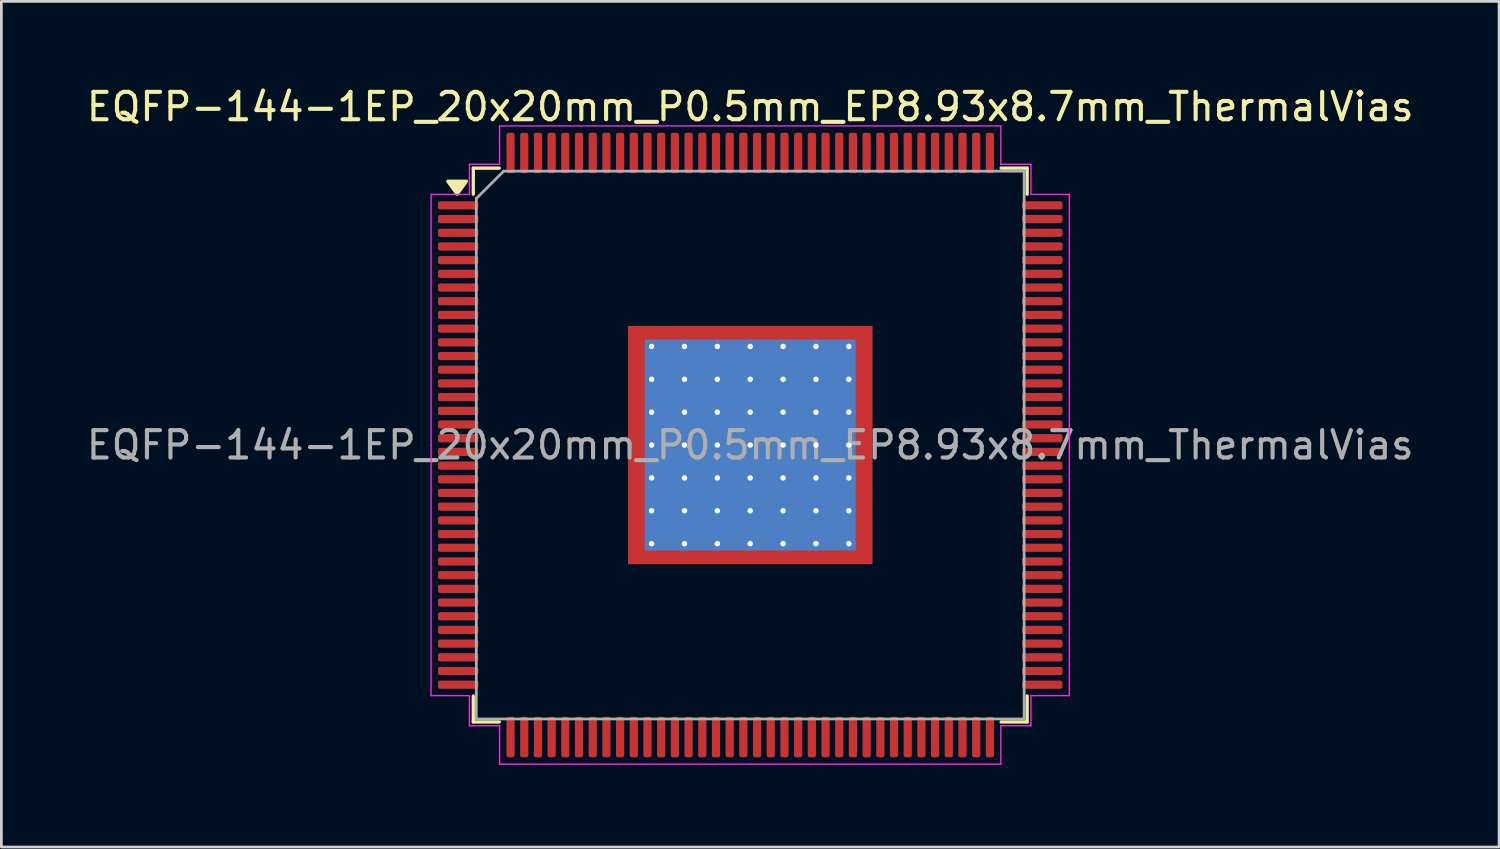
<source format=kicad_pcb>
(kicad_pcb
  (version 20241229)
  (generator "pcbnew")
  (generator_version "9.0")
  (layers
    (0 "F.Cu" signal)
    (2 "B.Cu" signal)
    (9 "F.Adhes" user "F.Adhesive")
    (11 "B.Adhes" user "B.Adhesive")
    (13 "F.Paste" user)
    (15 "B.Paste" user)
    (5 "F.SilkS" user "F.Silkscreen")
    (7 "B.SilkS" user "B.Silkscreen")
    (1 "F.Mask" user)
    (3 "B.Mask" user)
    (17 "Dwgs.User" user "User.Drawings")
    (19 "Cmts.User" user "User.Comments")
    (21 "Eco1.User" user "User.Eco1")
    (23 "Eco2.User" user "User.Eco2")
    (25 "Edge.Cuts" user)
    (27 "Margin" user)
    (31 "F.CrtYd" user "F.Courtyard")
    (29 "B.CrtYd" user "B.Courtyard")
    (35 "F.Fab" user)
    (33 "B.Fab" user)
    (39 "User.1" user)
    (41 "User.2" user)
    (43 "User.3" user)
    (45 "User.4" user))
  (footprint "EQFP-144-1EP_20x20mm_P0.5mm_EP8.93x8.7mm_ThermalVias"
    (layer "F.Cu")
    (at 24.339 13.198)
    (property "Reference" "EQFP-144-1EP_20x20mm_P0.5mm_EP8.93x8.7mm_ThermalVias" (at 0 -12.35 0) (layer "F.SilkS") (effects (font (size 1 1) (thickness 0.15))))
    (attr smd)
    (fp_line (start -10.11 -10.11) (end -10.11 -9.16) (stroke (width 0.12) (type solid)) (layer "F.SilkS"))
    (fp_line (start -10.11 10.11) (end -10.11 9.16) (stroke (width 0.12) (type solid)) (layer "F.SilkS"))
    (fp_line (start -9.16 -10.11) (end -10.11 -10.11) (stroke (width 0.12) (type solid)) (layer "F.SilkS"))
    (fp_line (start -9.16 10.11) (end -10.11 10.11) (stroke (width 0.12) (type solid)) (layer "F.SilkS"))
    (fp_line (start 9.16 -10.11) (end 10.11 -10.11) (stroke (width 0.12) (type solid)) (layer "F.SilkS"))
    (fp_line (start 9.16 10.11) (end 10.11 10.11) (stroke (width 0.12) (type solid)) (layer "F.SilkS"))
    (fp_line (start 10.11 -10.11) (end 10.11 -9.16) (stroke (width 0.12) (type solid)) (layer "F.SilkS"))
    (fp_line (start 10.11 10.11) (end 10.11 9.16) (stroke (width 0.12) (type solid)) (layer "F.SilkS"))
    (fp_poly (pts (xy -10.7 -9.16) (xy -11.04 -9.63) (xy -10.36 -9.63) (xy -10.7 -9.16)) (stroke (width 0.12) (type solid)) (fill yes) (layer "F.SilkS"))
    (fp_line (start -11.65 -9.15) (end -11.65 0) (stroke (width 0.05) (type solid)) (layer "F.CrtYd"))
    (fp_line (start -11.65 9.15) (end -11.65 0) (stroke (width 0.05) (type solid)) (layer "F.CrtYd"))
    (fp_line (start -10.25 -10.25) (end -10.25 -9.15) (stroke (width 0.05) (type solid)) (layer "F.CrtYd"))
    (fp_line (start -10.25 -9.15) (end -11.65 -9.15) (stroke (width 0.05) (type solid)) (layer "F.CrtYd"))
    (fp_line (start -10.25 9.15) (end -11.65 9.15) (stroke (width 0.05) (type solid)) (layer "F.CrtYd"))
    (fp_line (start -10.25 10.25) (end -10.25 9.15) (stroke (width 0.05) (type solid)) (layer "F.CrtYd"))
    (fp_line (start -9.15 -11.65) (end -9.15 -10.25) (stroke (width 0.05) (type solid)) (layer "F.CrtYd"))
    (fp_line (start -9.15 -10.25) (end -10.25 -10.25) (stroke (width 0.05) (type solid)) (layer "F.CrtYd"))
    (fp_line (start -9.15 10.25) (end -10.25 10.25) (stroke (width 0.05) (type solid)) (layer "F.CrtYd"))
    (fp_line (start -9.15 11.65) (end -9.15 10.25) (stroke (width 0.05) (type solid)) (layer "F.CrtYd"))
    (fp_line (start 0 -11.65) (end -9.15 -11.65) (stroke (width 0.05) (type solid)) (layer "F.CrtYd"))
    (fp_line (start 0 -11.65) (end 9.15 -11.65) (stroke (width 0.05) (type solid)) (layer "F.CrtYd"))
    (fp_line (start 0 11.65) (end -9.15 11.65) (stroke (width 0.05) (type solid)) (layer "F.CrtYd"))
    (fp_line (start 0 11.65) (end 9.15 11.65) (stroke (width 0.05) (type solid)) (layer "F.CrtYd"))
    (fp_line (start 9.15 -11.65) (end 9.15 -10.25) (stroke (width 0.05) (type solid)) (layer "F.CrtYd"))
    (fp_line (start 9.15 -10.25) (end 10.25 -10.25) (stroke (width 0.05) (type solid)) (layer "F.CrtYd"))
    (fp_line (start 9.15 10.25) (end 10.25 10.25) (stroke (width 0.05) (type solid)) (layer "F.CrtYd"))
    (fp_line (start 9.15 11.65) (end 9.15 10.25) (stroke (width 0.05) (type solid)) (layer "F.CrtYd"))
    (fp_line (start 10.25 -10.25) (end 10.25 -9.15) (stroke (width 0.05) (type solid)) (layer "F.CrtYd"))
    (fp_line (start 10.25 -9.15) (end 11.65 -9.15) (stroke (width 0.05) (type solid)) (layer "F.CrtYd"))
    (fp_line (start 10.25 9.15) (end 11.65 9.15) (stroke (width 0.05) (type solid)) (layer "F.CrtYd"))
    (fp_line (start 10.25 10.25) (end 10.25 9.15) (stroke (width 0.05) (type solid)) (layer "F.CrtYd"))
    (fp_line (start 11.65 -9.15) (end 11.65 0) (stroke (width 0.05) (type solid)) (layer "F.CrtYd"))
    (fp_line (start 11.65 9.15) (end 11.65 0) (stroke (width 0.05) (type solid)) (layer "F.CrtYd"))
    (fp_line (start -10 -9) (end -9 -10) (stroke (width 0.1) (type solid)) (layer "F.Fab"))
    (fp_line (start -10 10) (end -10 -9) (stroke (width 0.1) (type solid)) (layer "F.Fab"))
    (fp_line (start -9 -10) (end 10 -10) (stroke (width 0.1) (type solid)) (layer "F.Fab"))
    (fp_line (start 10 -10) (end 10 10) (stroke (width 0.1) (type solid)) (layer "F.Fab"))
    (fp_line (start 10 10) (end -10 10) (stroke (width 0.1) (type solid)) (layer "F.Fab"))
    (fp_text user "${REFERENCE}" (at 0 0 0) (layer "F.Fab") (effects (font (size 1 1) (thickness 0.15))))
    (pad "" smd custom (at -4.032 -3.975) (size 0.515 0.515) (layers "F.Paste") (options (anchor circle)) (primitives (gr_poly (pts (xy -0.259 -0.213) (xy 0.259 -0.213) (xy 0.259 0.139) (xy 0.185 0.213) (xy -0.259 0.213)) (width 0.179) (fill yes))))
    (pad "" smd roundrect (at -4.032 -3) (size 0.697 0.967) (layers "F.Paste") (roundrect_rratio 0.25))
    (pad "" smd roundrect (at -4.032 -1.8) (size 0.697 0.967) (layers "F.Paste") (roundrect_rratio 0.25))
    (pad "" smd roundrect (at -4.032 -0.6) (size 0.697 0.967) (layers "F.Paste") (roundrect_rratio 0.25))
    (pad "" smd roundrect (at -4.032 0.6) (size 0.697 0.967) (layers "F.Paste") (roundrect_rratio 0.25))
    (pad "" smd roundrect (at -4.032 1.8) (size 0.697 0.967) (layers "F.Paste") (roundrect_rratio 0.25))
    (pad "" smd roundrect (at -4.032 3) (size 0.697 0.967) (layers "F.Paste") (roundrect_rratio 0.25))
    (pad "" smd custom (at -4.032 3.975) (size 0.515 0.515) (layers "F.Paste") (options (anchor circle)) (primitives (gr_poly (pts (xy -0.259 -0.213) (xy 0.185 -0.213) (xy 0.259 -0.139) (xy 0.259 0.213) (xy -0.259 0.213)) (width 0.179) (fill yes))))
    (pad "" smd custom (at -3 -3.975) (size 0.538 0.538) (layers "F.Paste") (options (anchor circle)) (primitives (gr_poly (pts (xy -0.417 -0.236) (xy 0.417 -0.236) (xy 0.417 0.181) (xy 0.362 0.236) (xy -0.362 0.236) (xy -0.417 0.181)) (width 0.133) (fill yes))))
    (pad "" smd roundrect (at -3 -3) (size 0.967 0.967) (layers "F.Paste") (roundrect_rratio 0.25))
    (pad "" smd roundrect (at -3 -1.8) (size 0.967 0.967) (layers "F.Paste") (roundrect_rratio 0.25))
    (pad "" smd roundrect (at -3 -0.6) (size 0.967 0.967) (layers "F.Paste") (roundrect_rratio 0.25))
    (pad "" smd roundrect (at -3 0.6) (size 0.967 0.967) (layers "F.Paste") (roundrect_rratio 0.25))
    (pad "" smd roundrect (at -3 1.8) (size 0.967 0.967) (layers "F.Paste") (roundrect_rratio 0.25))
    (pad "" smd roundrect (at -3 3) (size 0.967 0.967) (layers "F.Paste") (roundrect_rratio 0.25))
    (pad "" smd custom (at -3 3.975) (size 0.538 0.538) (layers "F.Paste") (options (anchor circle)) (primitives (gr_poly (pts (xy -0.417 -0.181) (xy -0.362 -0.236) (xy 0.362 -0.236) (xy 0.417 -0.181) (xy 0.417 0.236) (xy -0.417 0.236)) (width 0.133) (fill yes))))
    (pad "" smd custom (at -1.8 -3.975) (size 0.538 0.538) (layers "F.Paste") (options (anchor circle)) (primitives (gr_poly (pts (xy -0.417 -0.236) (xy 0.417 -0.236) (xy 0.417 0.181) (xy 0.362 0.236) (xy -0.362 0.236) (xy -0.417 0.181)) (width 0.133) (fill yes))))
    (pad "" smd roundrect (at -1.8 -3) (size 0.967 0.967) (layers "F.Paste") (roundrect_rratio 0.25))
    (pad "" smd roundrect (at -1.8 -1.8) (size 0.967 0.967) (layers "F.Paste") (roundrect_rratio 0.25))
    (pad "" smd roundrect (at -1.8 -0.6) (size 0.967 0.967) (layers "F.Paste") (roundrect_rratio 0.25))
    (pad "" smd roundrect (at -1.8 0.6) (size 0.967 0.967) (layers "F.Paste") (roundrect_rratio 0.25))
    (pad "" smd roundrect (at -1.8 1.8) (size 0.967 0.967) (layers "F.Paste") (roundrect_rratio 0.25))
    (pad "" smd roundrect (at -1.8 3) (size 0.967 0.967) (layers "F.Paste") (roundrect_rratio 0.25))
    (pad "" smd custom (at -1.8 3.975) (size 0.538 0.538) (layers "F.Paste") (options (anchor circle)) (primitives (gr_poly (pts (xy -0.417 -0.181) (xy -0.362 -0.236) (xy 0.362 -0.236) (xy 0.417 -0.181) (xy 0.417 0.236) (xy -0.417 0.236)) (width 0.133) (fill yes))))
    (pad "" smd custom (at -0.6 -3.975) (size 0.538 0.538) (layers "F.Paste") (options (anchor circle)) (primitives (gr_poly (pts (xy -0.417 -0.236) (xy 0.417 -0.236) (xy 0.417 0.181) (xy 0.362 0.236) (xy -0.362 0.236) (xy -0.417 0.181)) (width 0.133) (fill yes))))
    (pad "" smd roundrect (at -0.6 -3) (size 0.967 0.967) (layers "F.Paste") (roundrect_rratio 0.25))
    (pad "" smd roundrect (at -0.6 -1.8) (size 0.967 0.967) (layers "F.Paste") (roundrect_rratio 0.25))
    (pad "" smd roundrect (at -0.6 -0.6) (size 0.967 0.967) (layers "F.Paste") (roundrect_rratio 0.25))
    (pad "" smd roundrect (at -0.6 0.6) (size 0.967 0.967) (layers "F.Paste") (roundrect_rratio 0.25))
    (pad "" smd roundrect (at -0.6 1.8) (size 0.967 0.967) (layers "F.Paste") (roundrect_rratio 0.25))
    (pad "" smd roundrect (at -0.6 3) (size 0.967 0.967) (layers "F.Paste") (roundrect_rratio 0.25))
    (pad "" smd custom (at -0.6 3.975) (size 0.538 0.538) (layers "F.Paste") (options (anchor circle)) (primitives (gr_poly (pts (xy -0.417 -0.181) (xy -0.362 -0.236) (xy 0.362 -0.236) (xy 0.417 -0.181) (xy 0.417 0.236) (xy -0.417 0.236)) (width 0.133) (fill yes))))
    (pad "" smd custom (at 0.6 -3.975) (size 0.538 0.538) (layers "F.Paste") (options (anchor circle)) (primitives (gr_poly (pts (xy -0.417 -0.236) (xy 0.417 -0.236) (xy 0.417 0.181) (xy 0.362 0.236) (xy -0.362 0.236) (xy -0.417 0.181)) (width 0.133) (fill yes))))
    (pad "" smd roundrect (at 0.6 -3) (size 0.967 0.967) (layers "F.Paste") (roundrect_rratio 0.25))
    (pad "" smd roundrect (at 0.6 -1.8) (size 0.967 0.967) (layers "F.Paste") (roundrect_rratio 0.25))
    (pad "" smd roundrect (at 0.6 -0.6) (size 0.967 0.967) (layers "F.Paste") (roundrect_rratio 0.25))
    (pad "" smd roundrect (at 0.6 0.6) (size 0.967 0.967) (layers "F.Paste") (roundrect_rratio 0.25))
    (pad "" smd roundrect (at 0.6 1.8) (size 0.967 0.967) (layers "F.Paste") (roundrect_rratio 0.25))
    (pad "" smd roundrect (at 0.6 3) (size 0.967 0.967) (layers "F.Paste") (roundrect_rratio 0.25))
    (pad "" smd custom (at 0.6 3.975) (size 0.538 0.538) (layers "F.Paste") (options (anchor circle)) (primitives (gr_poly (pts (xy -0.417 -0.181) (xy -0.362 -0.236) (xy 0.362 -0.236) (xy 0.417 -0.181) (xy 0.417 0.236) (xy -0.417 0.236)) (width 0.133) (fill yes))))
    (pad "" smd custom (at 1.8 -3.975) (size 0.538 0.538) (layers "F.Paste") (options (anchor circle)) (primitives (gr_poly (pts (xy -0.417 -0.236) (xy 0.417 -0.236) (xy 0.417 0.181) (xy 0.362 0.236) (xy -0.362 0.236) (xy -0.417 0.181)) (width 0.133) (fill yes))))
    (pad "" smd roundrect (at 1.8 -3) (size 0.967 0.967) (layers "F.Paste") (roundrect_rratio 0.25))
    (pad "" smd roundrect (at 1.8 -1.8) (size 0.967 0.967) (layers "F.Paste") (roundrect_rratio 0.25))
    (pad "" smd roundrect (at 1.8 -0.6) (size 0.967 0.967) (layers "F.Paste") (roundrect_rratio 0.25))
    (pad "" smd roundrect (at 1.8 0.6) (size 0.967 0.967) (layers "F.Paste") (roundrect_rratio 0.25))
    (pad "" smd roundrect (at 1.8 1.8) (size 0.967 0.967) (layers "F.Paste") (roundrect_rratio 0.25))
    (pad "" smd roundrect (at 1.8 3) (size 0.967 0.967) (layers "F.Paste") (roundrect_rratio 0.25))
    (pad "" smd custom (at 1.8 3.975) (size 0.538 0.538) (layers "F.Paste") (options (anchor circle)) (primitives (gr_poly (pts (xy -0.417 -0.181) (xy -0.362 -0.236) (xy 0.362 -0.236) (xy 0.417 -0.181) (xy 0.417 0.236) (xy -0.417 0.236)) (width 0.133) (fill yes))))
    (pad "" smd custom (at 3 -3.975) (size 0.538 0.538) (layers "F.Paste") (options (anchor circle)) (primitives (gr_poly (pts (xy -0.417 -0.236) (xy 0.417 -0.236) (xy 0.417 0.181) (xy 0.362 0.236) (xy -0.362 0.236) (xy -0.417 0.181)) (width 0.133) (fill yes))))
    (pad "" smd roundrect (at 3 -3) (size 0.967 0.967) (layers "F.Paste") (roundrect_rratio 0.25))
    (pad "" smd roundrect (at 3 -1.8) (size 0.967 0.967) (layers "F.Paste") (roundrect_rratio 0.25))
    (pad "" smd roundrect (at 3 -0.6) (size 0.967 0.967) (layers "F.Paste") (roundrect_rratio 0.25))
    (pad "" smd roundrect (at 3 0.6) (size 0.967 0.967) (layers "F.Paste") (roundrect_rratio 0.25))
    (pad "" smd roundrect (at 3 1.8) (size 0.967 0.967) (layers "F.Paste") (roundrect_rratio 0.25))
    (pad "" smd roundrect (at 3 3) (size 0.967 0.967) (layers "F.Paste") (roundrect_rratio 0.25))
    (pad "" smd custom (at 3 3.975) (size 0.538 0.538) (layers "F.Paste") (options (anchor circle)) (primitives (gr_poly (pts (xy -0.417 -0.181) (xy -0.362 -0.236) (xy 0.362 -0.236) (xy 0.417 -0.181) (xy 0.417 0.236) (xy -0.417 0.236)) (width 0.133) (fill yes))))
    (pad "" smd custom (at 4.032 -3.975) (size 0.515 0.515) (layers "F.Paste") (options (anchor circle)) (primitives (gr_poly (pts (xy -0.259 -0.213) (xy 0.259 -0.213) (xy 0.259 0.213) (xy -0.185 0.213) (xy -0.259 0.139)) (width 0.179) (fill yes))))
    (pad "" smd roundrect (at 4.032 -3) (size 0.697 0.967) (layers "F.Paste") (roundrect_rratio 0.25))
    (pad "" smd roundrect (at 4.032 -1.8) (size 0.697 0.967) (layers "F.Paste") (roundrect_rratio 0.25))
    (pad "" smd roundrect (at 4.032 -0.6) (size 0.697 0.967) (layers "F.Paste") (roundrect_rratio 0.25))
    (pad "" smd roundrect (at 4.032 0.6) (size 0.697 0.967) (layers "F.Paste") (roundrect_rratio 0.25))
    (pad "" smd roundrect (at 4.032 1.8) (size 0.697 0.967) (layers "F.Paste") (roundrect_rratio 0.25))
    (pad "" smd roundrect (at 4.032 3) (size 0.697 0.967) (layers "F.Paste") (roundrect_rratio 0.25))
    (pad "" smd custom (at 4.032 3.975) (size 0.515 0.515) (layers "F.Paste") (options (anchor circle)) (primitives (gr_poly (pts (xy -0.259 -0.139) (xy -0.185 -0.213) (xy 0.259 -0.213) (xy 0.259 0.213) (xy -0.259 0.213)) (width 0.179) (fill yes))))
    (pad "1" smd roundrect (at -10.662 -8.75) (size 1.475 0.3) (layers "F.Cu" "F.Mask" "F.Paste") (roundrect_rratio 0.25))
    (pad "2" smd roundrect (at -10.662 -8.25) (size 1.475 0.3) (layers "F.Cu" "F.Mask" "F.Paste") (roundrect_rratio 0.25))
    (pad "3" smd roundrect (at -10.662 -7.75) (size 1.475 0.3) (layers "F.Cu" "F.Mask" "F.Paste") (roundrect_rratio 0.25))
    (pad "4" smd roundrect (at -10.662 -7.25) (size 1.475 0.3) (layers "F.Cu" "F.Mask" "F.Paste") (roundrect_rratio 0.25))
    (pad "5" smd roundrect (at -10.662 -6.75) (size 1.475 0.3) (layers "F.Cu" "F.Mask" "F.Paste") (roundrect_rratio 0.25))
    (pad "6" smd roundrect (at -10.662 -6.25) (size 1.475 0.3) (layers "F.Cu" "F.Mask" "F.Paste") (roundrect_rratio 0.25))
    (pad "7" smd roundrect (at -10.662 -5.75) (size 1.475 0.3) (layers "F.Cu" "F.Mask" "F.Paste") (roundrect_rratio 0.25))
    (pad "8" smd roundrect (at -10.662 -5.25) (size 1.475 0.3) (layers "F.Cu" "F.Mask" "F.Paste") (roundrect_rratio 0.25))
    (pad "9" smd roundrect (at -10.662 -4.75) (size 1.475 0.3) (layers "F.Cu" "F.Mask" "F.Paste") (roundrect_rratio 0.25))
    (pad "10" smd roundrect (at -10.662 -4.25) (size 1.475 0.3) (layers "F.Cu" "F.Mask" "F.Paste") (roundrect_rratio 0.25))
    (pad "11" smd roundrect (at -10.662 -3.75) (size 1.475 0.3) (layers "F.Cu" "F.Mask" "F.Paste") (roundrect_rratio 0.25))
    (pad "12" smd roundrect (at -10.662 -3.25) (size 1.475 0.3) (layers "F.Cu" "F.Mask" "F.Paste") (roundrect_rratio 0.25))
    (pad "13" smd roundrect (at -10.662 -2.75) (size 1.475 0.3) (layers "F.Cu" "F.Mask" "F.Paste") (roundrect_rratio 0.25))
    (pad "14" smd roundrect (at -10.662 -2.25) (size 1.475 0.3) (layers "F.Cu" "F.Mask" "F.Paste") (roundrect_rratio 0.25))
    (pad "15" smd roundrect (at -10.662 -1.75) (size 1.475 0.3) (layers "F.Cu" "F.Mask" "F.Paste") (roundrect_rratio 0.25))
    (pad "16" smd roundrect (at -10.662 -1.25) (size 1.475 0.3) (layers "F.Cu" "F.Mask" "F.Paste") (roundrect_rratio 0.25))
    (pad "17" smd roundrect (at -10.662 -0.75) (size 1.475 0.3) (layers "F.Cu" "F.Mask" "F.Paste") (roundrect_rratio 0.25))
    (pad "18" smd roundrect (at -10.662 -0.25) (size 1.475 0.3) (layers "F.Cu" "F.Mask" "F.Paste") (roundrect_rratio 0.25))
    (pad "19" smd roundrect (at -10.662 0.25) (size 1.475 0.3) (layers "F.Cu" "F.Mask" "F.Paste") (roundrect_rratio 0.25))
    (pad "20" smd roundrect (at -10.662 0.75) (size 1.475 0.3) (layers "F.Cu" "F.Mask" "F.Paste") (roundrect_rratio 0.25))
    (pad "21" smd roundrect (at -10.662 1.25) (size 1.475 0.3) (layers "F.Cu" "F.Mask" "F.Paste") (roundrect_rratio 0.25))
    (pad "22" smd roundrect (at -10.662 1.75) (size 1.475 0.3) (layers "F.Cu" "F.Mask" "F.Paste") (roundrect_rratio 0.25))
    (pad "23" smd roundrect (at -10.662 2.25) (size 1.475 0.3) (layers "F.Cu" "F.Mask" "F.Paste") (roundrect_rratio 0.25))
    (pad "24" smd roundrect (at -10.662 2.75) (size 1.475 0.3) (layers "F.Cu" "F.Mask" "F.Paste") (roundrect_rratio 0.25))
    (pad "25" smd roundrect (at -10.662 3.25) (size 1.475 0.3) (layers "F.Cu" "F.Mask" "F.Paste") (roundrect_rratio 0.25))
    (pad "26" smd roundrect (at -10.662 3.75) (size 1.475 0.3) (layers "F.Cu" "F.Mask" "F.Paste") (roundrect_rratio 0.25))
    (pad "27" smd roundrect (at -10.662 4.25) (size 1.475 0.3) (layers "F.Cu" "F.Mask" "F.Paste") (roundrect_rratio 0.25))
    (pad "28" smd roundrect (at -10.662 4.75) (size 1.475 0.3) (layers "F.Cu" "F.Mask" "F.Paste") (roundrect_rratio 0.25))
    (pad "29" smd roundrect (at -10.662 5.25) (size 1.475 0.3) (layers "F.Cu" "F.Mask" "F.Paste") (roundrect_rratio 0.25))
    (pad "30" smd roundrect (at -10.662 5.75) (size 1.475 0.3) (layers "F.Cu" "F.Mask" "F.Paste") (roundrect_rratio 0.25))
    (pad "31" smd roundrect (at -10.662 6.25) (size 1.475 0.3) (layers "F.Cu" "F.Mask" "F.Paste") (roundrect_rratio 0.25))
    (pad "32" smd roundrect (at -10.662 6.75) (size 1.475 0.3) (layers "F.Cu" "F.Mask" "F.Paste") (roundrect_rratio 0.25))
    (pad "33" smd roundrect (at -10.662 7.25) (size 1.475 0.3) (layers "F.Cu" "F.Mask" "F.Paste") (roundrect_rratio 0.25))
    (pad "34" smd roundrect (at -10.662 7.75) (size 1.475 0.3) (layers "F.Cu" "F.Mask" "F.Paste") (roundrect_rratio 0.25))
    (pad "35" smd roundrect (at -10.662 8.25) (size 1.475 0.3) (layers "F.Cu" "F.Mask" "F.Paste") (roundrect_rratio 0.25))
    (pad "36" smd roundrect (at -10.662 8.75) (size 1.475 0.3) (layers "F.Cu" "F.Mask" "F.Paste") (roundrect_rratio 0.25))
    (pad "37" smd roundrect (at -8.75 10.662) (size 0.3 1.475) (layers "F.Cu" "F.Mask" "F.Paste") (roundrect_rratio 0.25))
    (pad "38" smd roundrect (at -8.25 10.662) (size 0.3 1.475) (layers "F.Cu" "F.Mask" "F.Paste") (roundrect_rratio 0.25))
    (pad "39" smd roundrect (at -7.75 10.662) (size 0.3 1.475) (layers "F.Cu" "F.Mask" "F.Paste") (roundrect_rratio 0.25))
    (pad "40" smd roundrect (at -7.25 10.662) (size 0.3 1.475) (layers "F.Cu" "F.Mask" "F.Paste") (roundrect_rratio 0.25))
    (pad "41" smd roundrect (at -6.75 10.662) (size 0.3 1.475) (layers "F.Cu" "F.Mask" "F.Paste") (roundrect_rratio 0.25))
    (pad "42" smd roundrect (at -6.25 10.662) (size 0.3 1.475) (layers "F.Cu" "F.Mask" "F.Paste") (roundrect_rratio 0.25))
    (pad "43" smd roundrect (at -5.75 10.662) (size 0.3 1.475) (layers "F.Cu" "F.Mask" "F.Paste") (roundrect_rratio 0.25))
    (pad "44" smd roundrect (at -5.25 10.662) (size 0.3 1.475) (layers "F.Cu" "F.Mask" "F.Paste") (roundrect_rratio 0.25))
    (pad "45" smd roundrect (at -4.75 10.662) (size 0.3 1.475) (layers "F.Cu" "F.Mask" "F.Paste") (roundrect_rratio 0.25))
    (pad "46" smd roundrect (at -4.25 10.662) (size 0.3 1.475) (layers "F.Cu" "F.Mask" "F.Paste") (roundrect_rratio 0.25))
    (pad "47" smd roundrect (at -3.75 10.662) (size 0.3 1.475) (layers "F.Cu" "F.Mask" "F.Paste") (roundrect_rratio 0.25))
    (pad "48" smd roundrect (at -3.25 10.662) (size 0.3 1.475) (layers "F.Cu" "F.Mask" "F.Paste") (roundrect_rratio 0.25))
    (pad "49" smd roundrect (at -2.75 10.662) (size 0.3 1.475) (layers "F.Cu" "F.Mask" "F.Paste") (roundrect_rratio 0.25))
    (pad "50" smd roundrect (at -2.25 10.662) (size 0.3 1.475) (layers "F.Cu" "F.Mask" "F.Paste") (roundrect_rratio 0.25))
    (pad "51" smd roundrect (at -1.75 10.662) (size 0.3 1.475) (layers "F.Cu" "F.Mask" "F.Paste") (roundrect_rratio 0.25))
    (pad "52" smd roundrect (at -1.25 10.662) (size 0.3 1.475) (layers "F.Cu" "F.Mask" "F.Paste") (roundrect_rratio 0.25))
    (pad "53" smd roundrect (at -0.75 10.662) (size 0.3 1.475) (layers "F.Cu" "F.Mask" "F.Paste") (roundrect_rratio 0.25))
    (pad "54" smd roundrect (at -0.25 10.662) (size 0.3 1.475) (layers "F.Cu" "F.Mask" "F.Paste") (roundrect_rratio 0.25))
    (pad "55" smd roundrect (at 0.25 10.662) (size 0.3 1.475) (layers "F.Cu" "F.Mask" "F.Paste") (roundrect_rratio 0.25))
    (pad "56" smd roundrect (at 0.75 10.662) (size 0.3 1.475) (layers "F.Cu" "F.Mask" "F.Paste") (roundrect_rratio 0.25))
    (pad "57" smd roundrect (at 1.25 10.662) (size 0.3 1.475) (layers "F.Cu" "F.Mask" "F.Paste") (roundrect_rratio 0.25))
    (pad "58" smd roundrect (at 1.75 10.662) (size 0.3 1.475) (layers "F.Cu" "F.Mask" "F.Paste") (roundrect_rratio 0.25))
    (pad "59" smd roundrect (at 2.25 10.662) (size 0.3 1.475) (layers "F.Cu" "F.Mask" "F.Paste") (roundrect_rratio 0.25))
    (pad "60" smd roundrect (at 2.75 10.662) (size 0.3 1.475) (layers "F.Cu" "F.Mask" "F.Paste") (roundrect_rratio 0.25))
    (pad "61" smd roundrect (at 3.25 10.662) (size 0.3 1.475) (layers "F.Cu" "F.Mask" "F.Paste") (roundrect_rratio 0.25))
    (pad "62" smd roundrect (at 3.75 10.662) (size 0.3 1.475) (layers "F.Cu" "F.Mask" "F.Paste") (roundrect_rratio 0.25))
    (pad "63" smd roundrect (at 4.25 10.662) (size 0.3 1.475) (layers "F.Cu" "F.Mask" "F.Paste") (roundrect_rratio 0.25))
    (pad "64" smd roundrect (at 4.75 10.662) (size 0.3 1.475) (layers "F.Cu" "F.Mask" "F.Paste") (roundrect_rratio 0.25))
    (pad "65" smd roundrect (at 5.25 10.662) (size 0.3 1.475) (layers "F.Cu" "F.Mask" "F.Paste") (roundrect_rratio 0.25))
    (pad "66" smd roundrect (at 5.75 10.662) (size 0.3 1.475) (layers "F.Cu" "F.Mask" "F.Paste") (roundrect_rratio 0.25))
    (pad "67" smd roundrect (at 6.25 10.662) (size 0.3 1.475) (layers "F.Cu" "F.Mask" "F.Paste") (roundrect_rratio 0.25))
    (pad "68" smd roundrect (at 6.75 10.662) (size 0.3 1.475) (layers "F.Cu" "F.Mask" "F.Paste") (roundrect_rratio 0.25))
    (pad "69" smd roundrect (at 7.25 10.662) (size 0.3 1.475) (layers "F.Cu" "F.Mask" "F.Paste") (roundrect_rratio 0.25))
    (pad "70" smd roundrect (at 7.75 10.662) (size 0.3 1.475) (layers "F.Cu" "F.Mask" "F.Paste") (roundrect_rratio 0.25))
    (pad "71" smd roundrect (at 8.25 10.662) (size 0.3 1.475) (layers "F.Cu" "F.Mask" "F.Paste") (roundrect_rratio 0.25))
    (pad "72" smd roundrect (at 8.75 10.662) (size 0.3 1.475) (layers "F.Cu" "F.Mask" "F.Paste") (roundrect_rratio 0.25))
    (pad "73" smd roundrect (at 10.662 8.75) (size 1.475 0.3) (layers "F.Cu" "F.Mask" "F.Paste") (roundrect_rratio 0.25))
    (pad "74" smd roundrect (at 10.662 8.25) (size 1.475 0.3) (layers "F.Cu" "F.Mask" "F.Paste") (roundrect_rratio 0.25))
    (pad "75" smd roundrect (at 10.662 7.75) (size 1.475 0.3) (layers "F.Cu" "F.Mask" "F.Paste") (roundrect_rratio 0.25))
    (pad "76" smd roundrect (at 10.662 7.25) (size 1.475 0.3) (layers "F.Cu" "F.Mask" "F.Paste") (roundrect_rratio 0.25))
    (pad "77" smd roundrect (at 10.662 6.75) (size 1.475 0.3) (layers "F.Cu" "F.Mask" "F.Paste") (roundrect_rratio 0.25))
    (pad "78" smd roundrect (at 10.662 6.25) (size 1.475 0.3) (layers "F.Cu" "F.Mask" "F.Paste") (roundrect_rratio 0.25))
    (pad "79" smd roundrect (at 10.662 5.75) (size 1.475 0.3) (layers "F.Cu" "F.Mask" "F.Paste") (roundrect_rratio 0.25))
    (pad "80" smd roundrect (at 10.662 5.25) (size 1.475 0.3) (layers "F.Cu" "F.Mask" "F.Paste") (roundrect_rratio 0.25))
    (pad "81" smd roundrect (at 10.662 4.75) (size 1.475 0.3) (layers "F.Cu" "F.Mask" "F.Paste") (roundrect_rratio 0.25))
    (pad "82" smd roundrect (at 10.662 4.25) (size 1.475 0.3) (layers "F.Cu" "F.Mask" "F.Paste") (roundrect_rratio 0.25))
    (pad "83" smd roundrect (at 10.662 3.75) (size 1.475 0.3) (layers "F.Cu" "F.Mask" "F.Paste") (roundrect_rratio 0.25))
    (pad "84" smd roundrect (at 10.662 3.25) (size 1.475 0.3) (layers "F.Cu" "F.Mask" "F.Paste") (roundrect_rratio 0.25))
    (pad "85" smd roundrect (at 10.662 2.75) (size 1.475 0.3) (layers "F.Cu" "F.Mask" "F.Paste") (roundrect_rratio 0.25))
    (pad "86" smd roundrect (at 10.662 2.25) (size 1.475 0.3) (layers "F.Cu" "F.Mask" "F.Paste") (roundrect_rratio 0.25))
    (pad "87" smd roundrect (at 10.662 1.75) (size 1.475 0.3) (layers "F.Cu" "F.Mask" "F.Paste") (roundrect_rratio 0.25))
    (pad "88" smd roundrect (at 10.662 1.25) (size 1.475 0.3) (layers "F.Cu" "F.Mask" "F.Paste") (roundrect_rratio 0.25))
    (pad "89" smd roundrect (at 10.662 0.75) (size 1.475 0.3) (layers "F.Cu" "F.Mask" "F.Paste") (roundrect_rratio 0.25))
    (pad "90" smd roundrect (at 10.662 0.25) (size 1.475 0.3) (layers "F.Cu" "F.Mask" "F.Paste") (roundrect_rratio 0.25))
    (pad "91" smd roundrect (at 10.662 -0.25) (size 1.475 0.3) (layers "F.Cu" "F.Mask" "F.Paste") (roundrect_rratio 0.25))
    (pad "92" smd roundrect (at 10.662 -0.75) (size 1.475 0.3) (layers "F.Cu" "F.Mask" "F.Paste") (roundrect_rratio 0.25))
    (pad "93" smd roundrect (at 10.662 -1.25) (size 1.475 0.3) (layers "F.Cu" "F.Mask" "F.Paste") (roundrect_rratio 0.25))
    (pad "94" smd roundrect (at 10.662 -1.75) (size 1.475 0.3) (layers "F.Cu" "F.Mask" "F.Paste") (roundrect_rratio 0.25))
    (pad "95" smd roundrect (at 10.662 -2.25) (size 1.475 0.3) (layers "F.Cu" "F.Mask" "F.Paste") (roundrect_rratio 0.25))
    (pad "96" smd roundrect (at 10.662 -2.75) (size 1.475 0.3) (layers "F.Cu" "F.Mask" "F.Paste") (roundrect_rratio 0.25))
    (pad "97" smd roundrect (at 10.662 -3.25) (size 1.475 0.3) (layers "F.Cu" "F.Mask" "F.Paste") (roundrect_rratio 0.25))
    (pad "98" smd roundrect (at 10.662 -3.75) (size 1.475 0.3) (layers "F.Cu" "F.Mask" "F.Paste") (roundrect_rratio 0.25))
    (pad "99" smd roundrect (at 10.662 -4.25) (size 1.475 0.3) (layers "F.Cu" "F.Mask" "F.Paste") (roundrect_rratio 0.25))
    (pad "100" smd roundrect (at 10.662 -4.75) (size 1.475 0.3) (layers "F.Cu" "F.Mask" "F.Paste") (roundrect_rratio 0.25))
    (pad "101" smd roundrect (at 10.662 -5.25) (size 1.475 0.3) (layers "F.Cu" "F.Mask" "F.Paste") (roundrect_rratio 0.25))
    (pad "102" smd roundrect (at 10.662 -5.75) (size 1.475 0.3) (layers "F.Cu" "F.Mask" "F.Paste") (roundrect_rratio 0.25))
    (pad "103" smd roundrect (at 10.662 -6.25) (size 1.475 0.3) (layers "F.Cu" "F.Mask" "F.Paste") (roundrect_rratio 0.25))
    (pad "104" smd roundrect (at 10.662 -6.75) (size 1.475 0.3) (layers "F.Cu" "F.Mask" "F.Paste") (roundrect_rratio 0.25))
    (pad "105" smd roundrect (at 10.662 -7.25) (size 1.475 0.3) (layers "F.Cu" "F.Mask" "F.Paste") (roundrect_rratio 0.25))
    (pad "106" smd roundrect (at 10.662 -7.75) (size 1.475 0.3) (layers "F.Cu" "F.Mask" "F.Paste") (roundrect_rratio 0.25))
    (pad "107" smd roundrect (at 10.662 -8.25) (size 1.475 0.3) (layers "F.Cu" "F.Mask" "F.Paste") (roundrect_rratio 0.25))
    (pad "108" smd roundrect (at 10.662 -8.75) (size 1.475 0.3) (layers "F.Cu" "F.Mask" "F.Paste") (roundrect_rratio 0.25))
    (pad "109" smd roundrect (at 8.75 -10.662) (size 0.3 1.475) (layers "F.Cu" "F.Mask" "F.Paste") (roundrect_rratio 0.25))
    (pad "110" smd roundrect (at 8.25 -10.662) (size 0.3 1.475) (layers "F.Cu" "F.Mask" "F.Paste") (roundrect_rratio 0.25))
    (pad "111" smd roundrect (at 7.75 -10.662) (size 0.3 1.475) (layers "F.Cu" "F.Mask" "F.Paste") (roundrect_rratio 0.25))
    (pad "112" smd roundrect (at 7.25 -10.662) (size 0.3 1.475) (layers "F.Cu" "F.Mask" "F.Paste") (roundrect_rratio 0.25))
    (pad "113" smd roundrect (at 6.75 -10.662) (size 0.3 1.475) (layers "F.Cu" "F.Mask" "F.Paste") (roundrect_rratio 0.25))
    (pad "114" smd roundrect (at 6.25 -10.662) (size 0.3 1.475) (layers "F.Cu" "F.Mask" "F.Paste") (roundrect_rratio 0.25))
    (pad "115" smd roundrect (at 5.75 -10.662) (size 0.3 1.475) (layers "F.Cu" "F.Mask" "F.Paste") (roundrect_rratio 0.25))
    (pad "116" smd roundrect (at 5.25 -10.662) (size 0.3 1.475) (layers "F.Cu" "F.Mask" "F.Paste") (roundrect_rratio 0.25))
    (pad "117" smd roundrect (at 4.75 -10.662) (size 0.3 1.475) (layers "F.Cu" "F.Mask" "F.Paste") (roundrect_rratio 0.25))
    (pad "118" smd roundrect (at 4.25 -10.662) (size 0.3 1.475) (layers "F.Cu" "F.Mask" "F.Paste") (roundrect_rratio 0.25))
    (pad "119" smd roundrect (at 3.75 -10.662) (size 0.3 1.475) (layers "F.Cu" "F.Mask" "F.Paste") (roundrect_rratio 0.25))
    (pad "120" smd roundrect (at 3.25 -10.662) (size 0.3 1.475) (layers "F.Cu" "F.Mask" "F.Paste") (roundrect_rratio 0.25))
    (pad "121" smd roundrect (at 2.75 -10.662) (size 0.3 1.475) (layers "F.Cu" "F.Mask" "F.Paste") (roundrect_rratio 0.25))
    (pad "122" smd roundrect (at 2.25 -10.662) (size 0.3 1.475) (layers "F.Cu" "F.Mask" "F.Paste") (roundrect_rratio 0.25))
    (pad "123" smd roundrect (at 1.75 -10.662) (size 0.3 1.475) (layers "F.Cu" "F.Mask" "F.Paste") (roundrect_rratio 0.25))
    (pad "124" smd roundrect (at 1.25 -10.662) (size 0.3 1.475) (layers "F.Cu" "F.Mask" "F.Paste") (roundrect_rratio 0.25))
    (pad "125" smd roundrect (at 0.75 -10.662) (size 0.3 1.475) (layers "F.Cu" "F.Mask" "F.Paste") (roundrect_rratio 0.25))
    (pad "126" smd roundrect (at 0.25 -10.662) (size 0.3 1.475) (layers "F.Cu" "F.Mask" "F.Paste") (roundrect_rratio 0.25))
    (pad "127" smd roundrect (at -0.25 -10.662) (size 0.3 1.475) (layers "F.Cu" "F.Mask" "F.Paste") (roundrect_rratio 0.25))
    (pad "128" smd roundrect (at -0.75 -10.662) (size 0.3 1.475) (layers "F.Cu" "F.Mask" "F.Paste") (roundrect_rratio 0.25))
    (pad "129" smd roundrect (at -1.25 -10.662) (size 0.3 1.475) (layers "F.Cu" "F.Mask" "F.Paste") (roundrect_rratio 0.25))
    (pad "130" smd roundrect (at -1.75 -10.662) (size 0.3 1.475) (layers "F.Cu" "F.Mask" "F.Paste") (roundrect_rratio 0.25))
    (pad "131" smd roundrect (at -2.25 -10.662) (size 0.3 1.475) (layers "F.Cu" "F.Mask" "F.Paste") (roundrect_rratio 0.25))
    (pad "132" smd roundrect (at -2.75 -10.662) (size 0.3 1.475) (layers "F.Cu" "F.Mask" "F.Paste") (roundrect_rratio 0.25))
    (pad "133" smd roundrect (at -3.25 -10.662) (size 0.3 1.475) (layers "F.Cu" "F.Mask" "F.Paste") (roundrect_rratio 0.25))
    (pad "134" smd roundrect (at -3.75 -10.662) (size 0.3 1.475) (layers "F.Cu" "F.Mask" "F.Paste") (roundrect_rratio 0.25))
    (pad "135" smd roundrect (at -4.25 -10.662) (size 0.3 1.475) (layers "F.Cu" "F.Mask" "F.Paste") (roundrect_rratio 0.25))
    (pad "136" smd roundrect (at -4.75 -10.662) (size 0.3 1.475) (layers "F.Cu" "F.Mask" "F.Paste") (roundrect_rratio 0.25))
    (pad "137" smd roundrect (at -5.25 -10.662) (size 0.3 1.475) (layers "F.Cu" "F.Mask" "F.Paste") (roundrect_rratio 0.25))
    (pad "138" smd roundrect (at -5.75 -10.662) (size 0.3 1.475) (layers "F.Cu" "F.Mask" "F.Paste") (roundrect_rratio 0.25))
    (pad "139" smd roundrect (at -6.25 -10.662) (size 0.3 1.475) (layers "F.Cu" "F.Mask" "F.Paste") (roundrect_rratio 0.25))
    (pad "140" smd roundrect (at -6.75 -10.662) (size 0.3 1.475) (layers "F.Cu" "F.Mask" "F.Paste") (roundrect_rratio 0.25))
    (pad "141" smd roundrect (at -7.25 -10.662) (size 0.3 1.475) (layers "F.Cu" "F.Mask" "F.Paste") (roundrect_rratio 0.25))
    (pad "142" smd roundrect (at -7.75 -10.662) (size 0.3 1.475) (layers "F.Cu" "F.Mask" "F.Paste") (roundrect_rratio 0.25))
    (pad "143" smd roundrect (at -8.25 -10.662) (size 0.3 1.475) (layers "F.Cu" "F.Mask" "F.Paste") (roundrect_rratio 0.25))
    (pad "144" smd roundrect (at -8.75 -10.662) (size 0.3 1.475) (layers "F.Cu" "F.Mask" "F.Paste") (roundrect_rratio 0.25))
    (pad "145" thru_hole circle (at -3.6 -3.6) (size 0.5 0.5) (drill 0.2) (property pad_prop_heatsink) (layers "*.Cu"))
    (pad "145" thru_hole circle (at -3.6 -2.4) (size 0.5 0.5) (drill 0.2) (property pad_prop_heatsink) (layers "*.Cu"))
    (pad "145" thru_hole circle (at -3.6 -1.2) (size 0.5 0.5) (drill 0.2) (property pad_prop_heatsink) (layers "*.Cu"))
    (pad "145" thru_hole circle (at -3.6 0) (size 0.5 0.5) (drill 0.2) (property pad_prop_heatsink) (layers "*.Cu"))
    (pad "145" thru_hole circle (at -3.6 1.2) (size 0.5 0.5) (drill 0.2) (property pad_prop_heatsink) (layers "*.Cu"))
    (pad "145" thru_hole circle (at -3.6 2.4) (size 0.5 0.5) (drill 0.2) (property pad_prop_heatsink) (layers "*.Cu"))
    (pad "145" thru_hole circle (at -3.6 3.6) (size 0.5 0.5) (drill 0.2) (property pad_prop_heatsink) (layers "*.Cu"))
    (pad "145" thru_hole circle (at -2.4 -3.6) (size 0.5 0.5) (drill 0.2) (property pad_prop_heatsink) (layers "*.Cu"))
    (pad "145" thru_hole circle (at -2.4 -2.4) (size 0.5 0.5) (drill 0.2) (property pad_prop_heatsink) (layers "*.Cu"))
    (pad "145" thru_hole circle (at -2.4 -1.2) (size 0.5 0.5) (drill 0.2) (property pad_prop_heatsink) (layers "*.Cu"))
    (pad "145" thru_hole circle (at -2.4 0) (size 0.5 0.5) (drill 0.2) (property pad_prop_heatsink) (layers "*.Cu"))
    (pad "145" thru_hole circle (at -2.4 1.2) (size 0.5 0.5) (drill 0.2) (property pad_prop_heatsink) (layers "*.Cu"))
    (pad "145" thru_hole circle (at -2.4 2.4) (size 0.5 0.5) (drill 0.2) (property pad_prop_heatsink) (layers "*.Cu"))
    (pad "145" thru_hole circle (at -2.4 3.6) (size 0.5 0.5) (drill 0.2) (property pad_prop_heatsink) (layers "*.Cu"))
    (pad "145" thru_hole circle (at -1.2 -3.6) (size 0.5 0.5) (drill 0.2) (property pad_prop_heatsink) (layers "*.Cu"))
    (pad "145" thru_hole circle (at -1.2 -2.4) (size 0.5 0.5) (drill 0.2) (property pad_prop_heatsink) (layers "*.Cu"))
    (pad "145" thru_hole circle (at -1.2 -1.2) (size 0.5 0.5) (drill 0.2) (property pad_prop_heatsink) (layers "*.Cu"))
    (pad "145" thru_hole circle (at -1.2 0) (size 0.5 0.5) (drill 0.2) (property pad_prop_heatsink) (layers "*.Cu"))
    (pad "145" thru_hole circle (at -1.2 1.2) (size 0.5 0.5) (drill 0.2) (property pad_prop_heatsink) (layers "*.Cu"))
    (pad "145" thru_hole circle (at -1.2 2.4) (size 0.5 0.5) (drill 0.2) (property pad_prop_heatsink) (layers "*.Cu"))
    (pad "145" thru_hole circle (at -1.2 3.6) (size 0.5 0.5) (drill 0.2) (property pad_prop_heatsink) (layers "*.Cu"))
    (pad "145" thru_hole circle (at 0 -3.6) (size 0.5 0.5) (drill 0.2) (property pad_prop_heatsink) (layers "*.Cu"))
    (pad "145" thru_hole circle (at 0 -2.4) (size 0.5 0.5) (drill 0.2) (property pad_prop_heatsink) (layers "*.Cu"))
    (pad "145" thru_hole circle (at 0 -1.2) (size 0.5 0.5) (drill 0.2) (property pad_prop_heatsink) (layers "*.Cu"))
    (pad "145" thru_hole circle (at 0 0) (size 0.5 0.5) (drill 0.2) (property pad_prop_heatsink) (layers "*.Cu"))
    (pad "145" smd rect (at 0 0) (size 7.7 7.7) (property pad_prop_heatsink) (layers "B.Cu"))
    (pad "145" smd rect (at 0 0) (size 8.93 8.7) (property pad_prop_heatsink) (layers "F.Cu" "F.Mask"))
    (pad "145" thru_hole circle (at 0 1.2) (size 0.5 0.5) (drill 0.2) (property pad_prop_heatsink) (layers "*.Cu"))
    (pad "145" thru_hole circle (at 0 2.4) (size 0.5 0.5) (drill 0.2) (property pad_prop_heatsink) (layers "*.Cu"))
    (pad "145" thru_hole circle (at 0 3.6) (size 0.5 0.5) (drill 0.2) (property pad_prop_heatsink) (layers "*.Cu"))
    (pad "145" thru_hole circle (at 1.2 -3.6) (size 0.5 0.5) (drill 0.2) (property pad_prop_heatsink) (layers "*.Cu"))
    (pad "145" thru_hole circle (at 1.2 -2.4) (size 0.5 0.5) (drill 0.2) (property pad_prop_heatsink) (layers "*.Cu"))
    (pad "145" thru_hole circle (at 1.2 -1.2) (size 0.5 0.5) (drill 0.2) (property pad_prop_heatsink) (layers "*.Cu"))
    (pad "145" thru_hole circle (at 1.2 0) (size 0.5 0.5) (drill 0.2) (property pad_prop_heatsink) (layers "*.Cu"))
    (pad "145" thru_hole circle (at 1.2 1.2) (size 0.5 0.5) (drill 0.2) (property pad_prop_heatsink) (layers "*.Cu"))
    (pad "145" thru_hole circle (at 1.2 2.4) (size 0.5 0.5) (drill 0.2) (property pad_prop_heatsink) (layers "*.Cu"))
    (pad "145" thru_hole circle (at 1.2 3.6) (size 0.5 0.5) (drill 0.2) (property pad_prop_heatsink) (layers "*.Cu"))
    (pad "145" thru_hole circle (at 2.4 -3.6) (size 0.5 0.5) (drill 0.2) (property pad_prop_heatsink) (layers "*.Cu"))
    (pad "145" thru_hole circle (at 2.4 -2.4) (size 0.5 0.5) (drill 0.2) (property pad_prop_heatsink) (layers "*.Cu"))
    (pad "145" thru_hole circle (at 2.4 -1.2) (size 0.5 0.5) (drill 0.2) (property pad_prop_heatsink) (layers "*.Cu"))
    (pad "145" thru_hole circle (at 2.4 0) (size 0.5 0.5) (drill 0.2) (property pad_prop_heatsink) (layers "*.Cu"))
    (pad "145" thru_hole circle (at 2.4 1.2) (size 0.5 0.5) (drill 0.2) (property pad_prop_heatsink) (layers "*.Cu"))
    (pad "145" thru_hole circle (at 2.4 2.4) (size 0.5 0.5) (drill 0.2) (property pad_prop_heatsink) (layers "*.Cu"))
    (pad "145" thru_hole circle (at 2.4 3.6) (size 0.5 0.5) (drill 0.2) (property pad_prop_heatsink) (layers "*.Cu"))
    (pad "145" thru_hole circle (at 3.6 -3.6) (size 0.5 0.5) (drill 0.2) (property pad_prop_heatsink) (layers "*.Cu"))
    (pad "145" thru_hole circle (at 3.6 -2.4) (size 0.5 0.5) (drill 0.2) (property pad_prop_heatsink) (layers "*.Cu"))
    (pad "145" thru_hole circle (at 3.6 -1.2) (size 0.5 0.5) (drill 0.2) (property pad_prop_heatsink) (layers "*.Cu"))
    (pad "145" thru_hole circle (at 3.6 0) (size 0.5 0.5) (drill 0.2) (property pad_prop_heatsink) (layers "*.Cu"))
    (pad "145" thru_hole circle (at 3.6 1.2) (size 0.5 0.5) (drill 0.2) (property pad_prop_heatsink) (layers "*.Cu"))
    (pad "145" thru_hole circle (at 3.6 2.4) (size 0.5 0.5) (drill 0.2) (property pad_prop_heatsink) (layers "*.Cu"))
    (pad "145" thru_hole circle (at 3.6 3.6) (size 0.5 0.5) (drill 0.2) (property pad_prop_heatsink) (layers "*.Cu")))
  (gr_rect
    (start -3 -3)
    (end 51.679 27.873)
    (stroke (width 0.1) (type default))
    (fill no)
    (layer "Edge.Cuts")))
</source>
